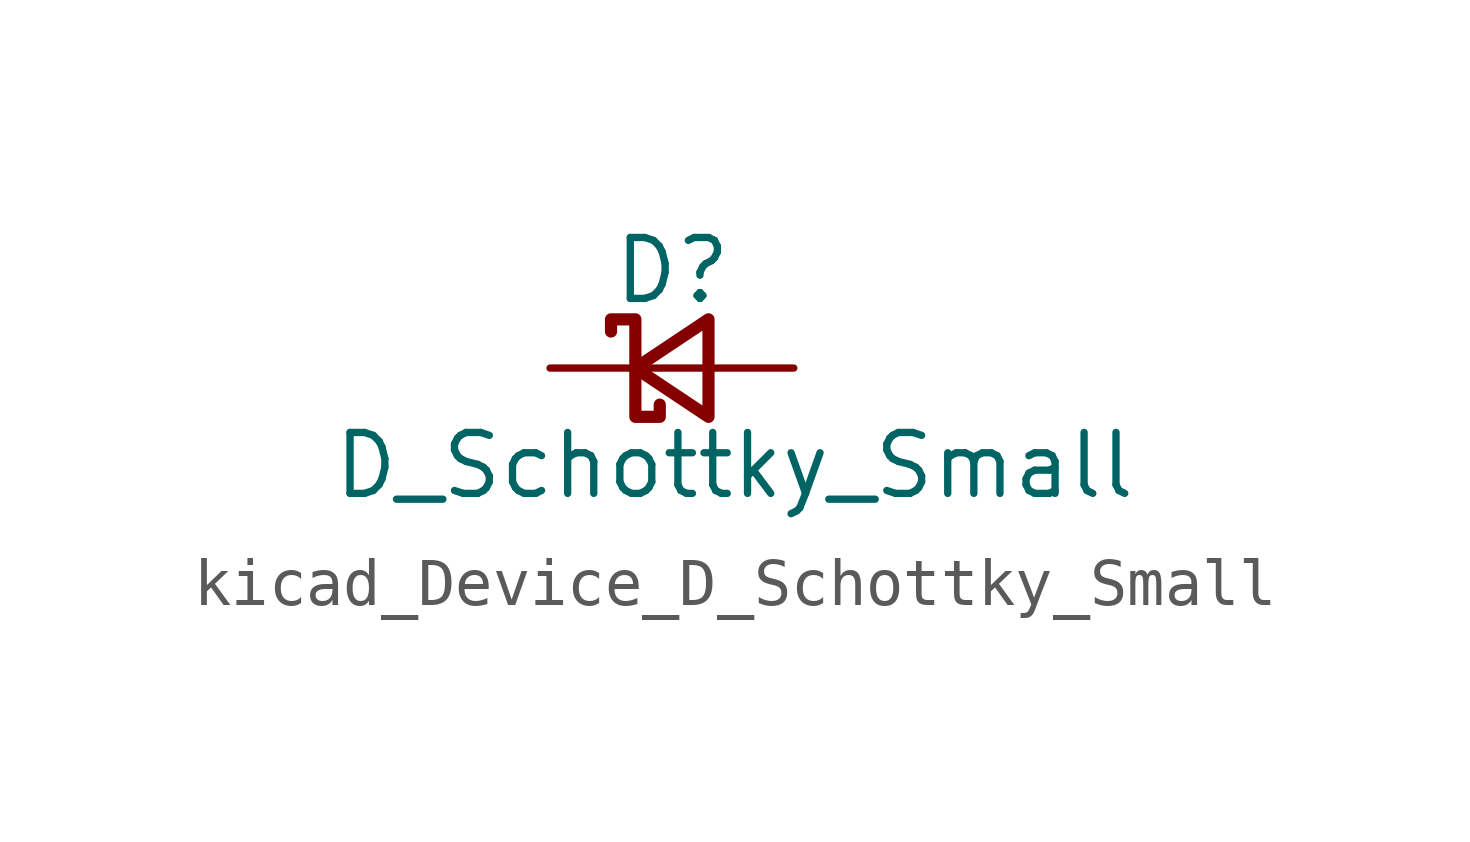
<source format=kicad_sym>
(kicad_symbol_lib
  (version 20220914)
  (generator kicad_symbol_editor)
  (symbol "kicad_Device_D_Schottky_Small"
    (pin_numbers hide)
    (pin_names
      (offset 0.254) hide)
    (property "Reference" "D"
      (at -1.27 2.032 0)
      (effects (font (size 1.27 1.27)) (justify left)))
    (property "Value" "D_Schottky_Small"
      (at -7.112 -2.032 0)
      (effects (font (size 1.27 1.27)) (justify left)))
    (symbol "kicad_Device_D_Schottky_Small_0_1"
      (polyline (pts (xy -0.762 0) (xy 0.762 0)) (stroke (width 0) (type default)) (fill (type none)))
      (polyline (pts (xy 0.762 -1.016) (xy -0.762 0) (xy 0.762 1.016) (xy 0.762 -1.016)) (stroke (width 0.254) (type default)) (fill (type none)))
      (polyline (pts (xy -1.27 0.762) (xy -1.27 1.016) (xy -0.762 1.016) (xy -0.762 -1.016) (xy -0.254 -1.016) (xy -0.254 -0.762)) (stroke (width 0.254) (type default)) (fill (type none))))
    (symbol "kicad_Device_D_Schottky_Small_1_1"
      (pin passive line (at -2.54 0 0) (length 1.778) (name "K" (effects (font (size 1.27 1.27)))) (number "1" (effects (font (size 1.27 1.27)))))
      (pin passive line (at 2.54 0 180) (length 1.778) (name "A" (effects (font (size 1.27 1.27)))) (number "2" (effects (font (size 1.27 1.27))))))))
</source>
